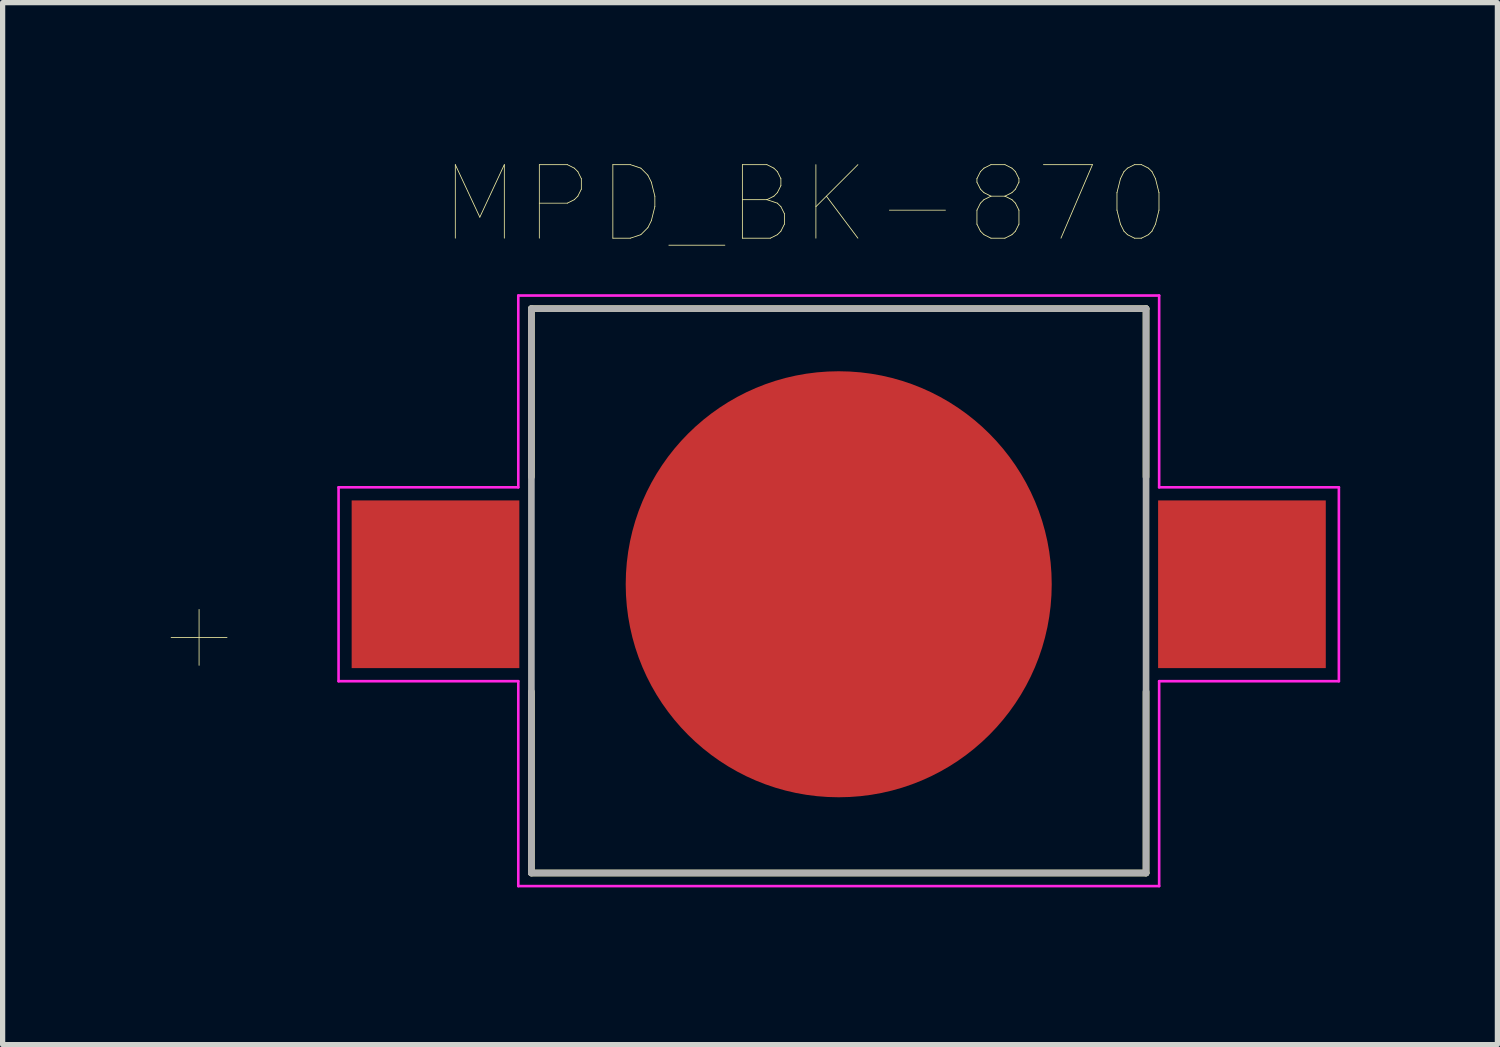
<source format=kicad_pcb>
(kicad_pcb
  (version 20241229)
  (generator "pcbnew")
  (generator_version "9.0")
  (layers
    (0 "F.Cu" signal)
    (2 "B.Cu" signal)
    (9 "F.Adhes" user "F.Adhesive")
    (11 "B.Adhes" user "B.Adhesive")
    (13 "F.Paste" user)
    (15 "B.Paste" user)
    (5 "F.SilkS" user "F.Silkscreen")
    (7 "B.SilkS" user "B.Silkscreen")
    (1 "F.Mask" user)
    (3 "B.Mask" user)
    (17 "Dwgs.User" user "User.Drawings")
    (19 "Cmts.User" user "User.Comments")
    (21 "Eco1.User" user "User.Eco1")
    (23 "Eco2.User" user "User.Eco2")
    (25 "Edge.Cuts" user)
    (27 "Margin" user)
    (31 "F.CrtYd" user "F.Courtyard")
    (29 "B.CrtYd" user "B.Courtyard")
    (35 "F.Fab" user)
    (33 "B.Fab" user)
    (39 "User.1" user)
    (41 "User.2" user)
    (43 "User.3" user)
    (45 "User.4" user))
  (footprint "MPD_BK-870"
    (layer "F.Cu")
    (at 12.956 8.1)
    (property "Reference" "MPD_BK-870" (at -0.636 -7.253 0) (layer "F.SilkS") (effects (font (size 1.403 1.403) (thickness 0.015))))
    (attr through_hole)
    (fp_line (start -5.865 -5.26) (end 5.865 -5.26) (stroke (width 0.127) (type solid)) (layer "F.SilkS"))
    (fp_line (start -5.865 -2.05) (end -5.865 -5.26) (stroke (width 0.127) (type solid)) (layer "F.SilkS"))
    (fp_line (start -5.865 5.51) (end -5.865 2.05) (stroke (width 0.127) (type solid)) (layer "F.SilkS"))
    (fp_line (start 5.865 -5.26) (end 5.865 -2.05) (stroke (width 0.127) (type solid)) (layer "F.SilkS"))
    (fp_line (start 5.865 2.05) (end 5.865 5.51) (stroke (width 0.127) (type solid)) (layer "F.SilkS"))
    (fp_line (start 5.865 5.51) (end -5.865 5.51) (stroke (width 0.127) (type solid)) (layer "F.SilkS"))
    (fp_line (start -9.545 -1.85) (end -6.115 -1.85) (stroke (width 0.05) (type solid)) (layer "F.CrtYd"))
    (fp_line (start -9.545 1.85) (end -9.545 -1.85) (stroke (width 0.05) (type solid)) (layer "F.CrtYd"))
    (fp_line (start -6.115 -5.51) (end 6.115 -5.51) (stroke (width 0.05) (type solid)) (layer "F.CrtYd"))
    (fp_line (start -6.115 -1.85) (end -6.115 -5.51) (stroke (width 0.05) (type solid)) (layer "F.CrtYd"))
    (fp_line (start -6.115 1.85) (end -9.545 1.85) (stroke (width 0.05) (type solid)) (layer "F.CrtYd"))
    (fp_line (start -6.115 5.76) (end -6.115 1.85) (stroke (width 0.05) (type solid)) (layer "F.CrtYd"))
    (fp_line (start 6.115 -5.51) (end 6.115 -1.85) (stroke (width 0.05) (type solid)) (layer "F.CrtYd"))
    (fp_line (start 6.115 -1.85) (end 9.545 -1.85) (stroke (width 0.05) (type solid)) (layer "F.CrtYd"))
    (fp_line (start 6.115 1.85) (end 6.115 5.76) (stroke (width 0.05) (type solid)) (layer "F.CrtYd"))
    (fp_line (start 6.115 5.76) (end -6.115 5.76) (stroke (width 0.05) (type solid)) (layer "F.CrtYd"))
    (fp_line (start 9.545 -1.85) (end 9.545 1.85) (stroke (width 0.05) (type solid)) (layer "F.CrtYd"))
    (fp_line (start 9.545 1.85) (end 6.115 1.85) (stroke (width 0.05) (type solid)) (layer "F.CrtYd"))
    (fp_line (start -5.865 -5.26) (end 5.865 -5.26) (stroke (width 0.127) (type solid)) (layer "F.Fab"))
    (fp_line (start -5.865 5.51) (end -5.865 -5.26) (stroke (width 0.127) (type solid)) (layer "F.Fab"))
    (fp_line (start 5.865 -5.26) (end 5.865 5.51) (stroke (width 0.127) (type solid)) (layer "F.Fab"))
    (fp_line (start 5.865 5.51) (end -5.865 5.51) (stroke (width 0.127) (type solid)) (layer "F.Fab"))
    (fp_text user "+" (at -12.207 0.9 0) (layer "F.SilkS") (effects (font (size 1.401 1.401) (thickness 0.015))))
    (pad "1" smd rect (at -7.695 0) (size 3.2 3.2) (layers "F.Cu" "F.Mask" "F.Paste"))
    (pad "2" smd circle (at 0 0) (size 8.13 8.13) (layers "F.Cu" "F.Mask" "F.Paste"))
    (pad "3" smd rect (at 7.695 0) (size 3.2 3.2) (layers "F.Cu" "F.Mask" "F.Paste")))
  (gr_rect
    (start -3 -3)
    (end 25.526 16.885)
    (stroke (width 0.1) (type default))
    (fill no)
    (layer "Edge.Cuts")))
</source>
